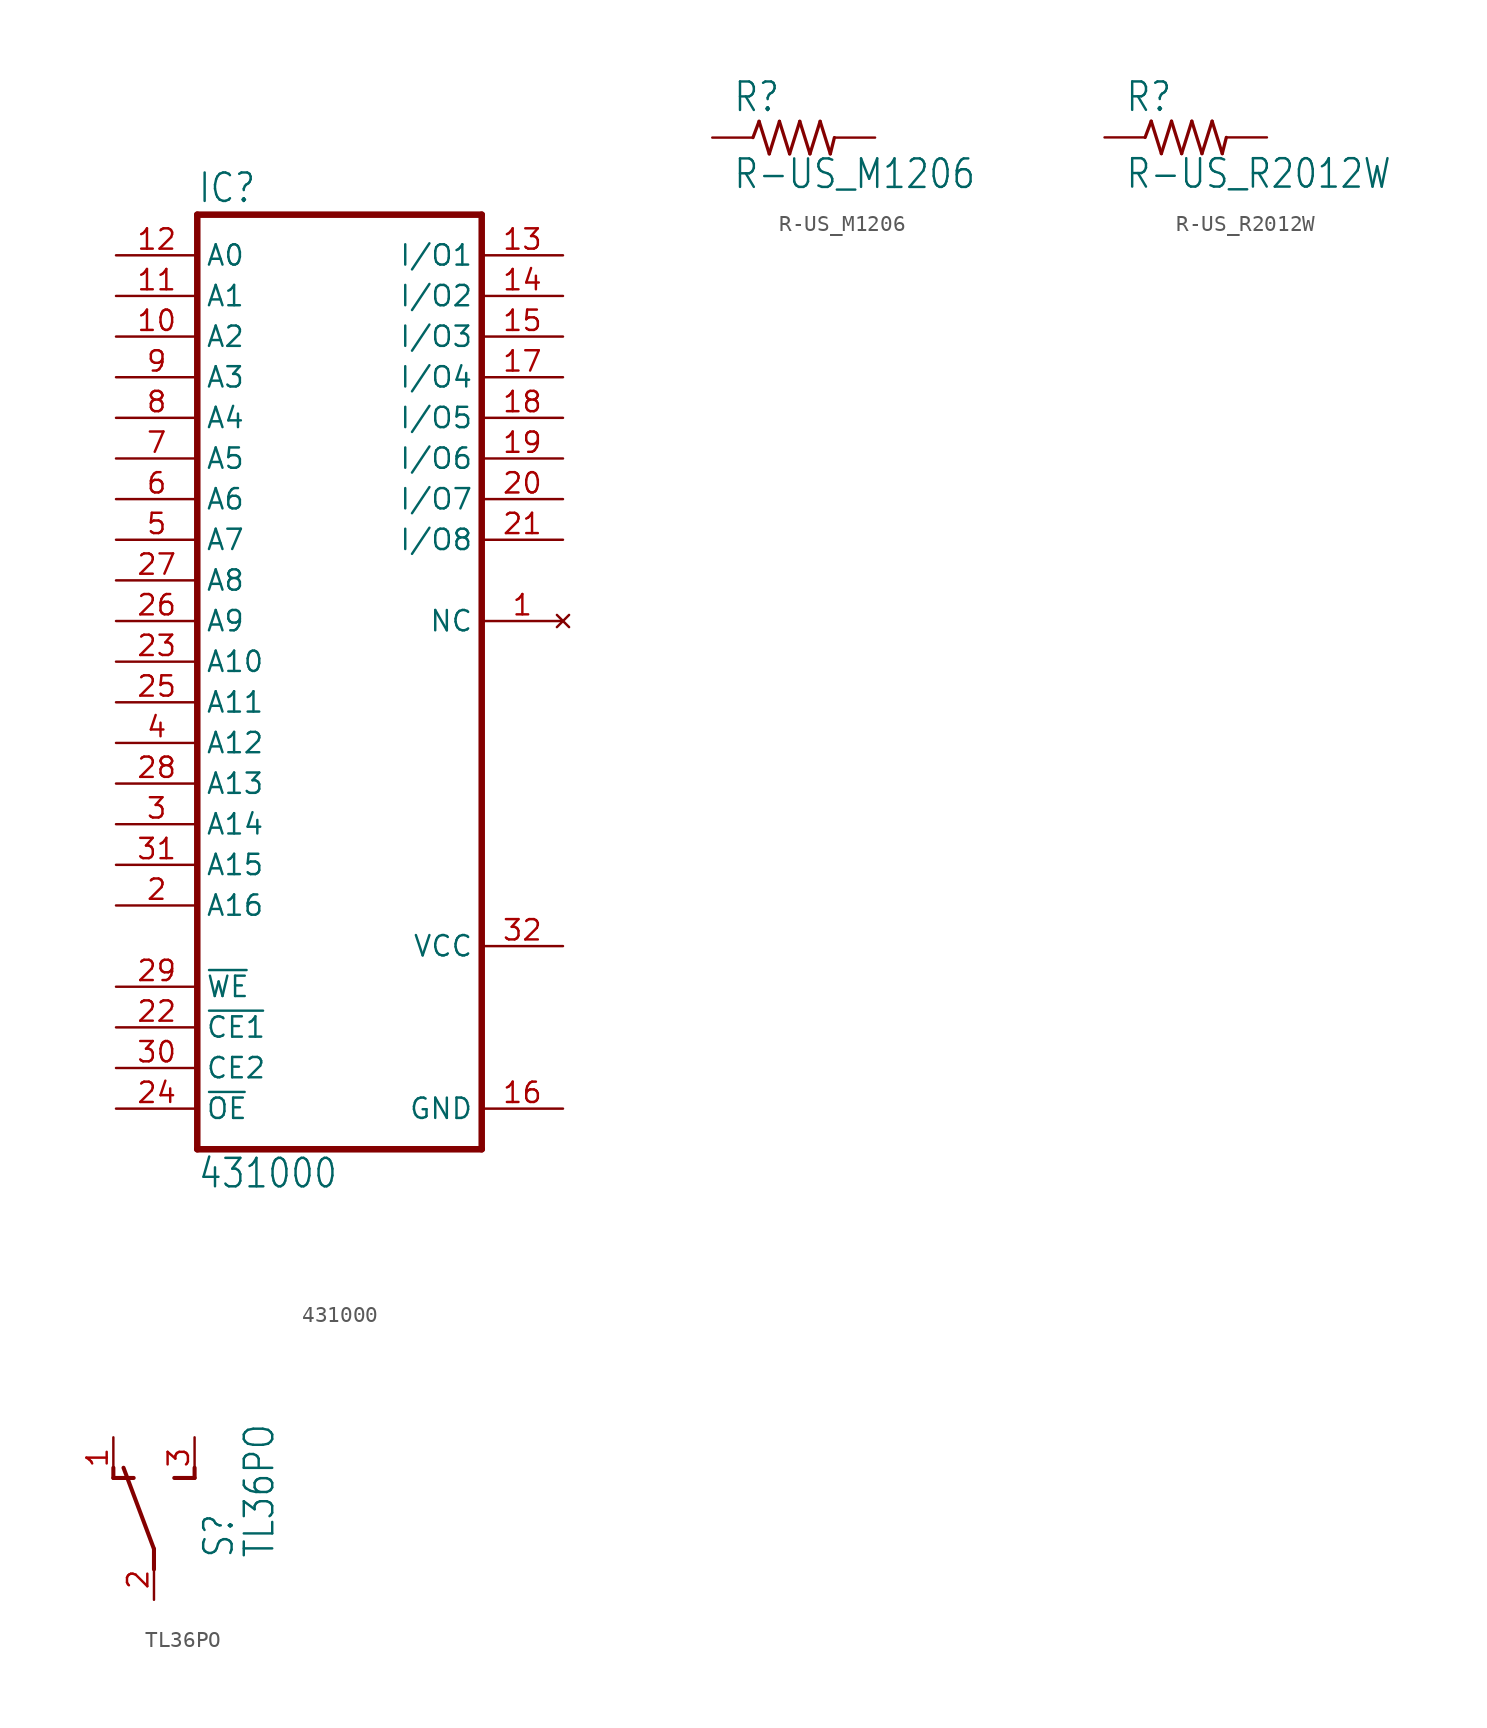
<source format=kicad_sym>
(kicad_symbol_lib
  (version 20211014)
  (generator kicad_symbol_editor)
  (symbol "431000"
    (property "Reference" "IC"
      (at -7.62 20.955 0)
      (effects (font (size 1.778 1.511)) (justify left bottom)))
    (property "Value" "431000"
      (at -7.62 -40.64 0)
      (effects (font (size 1.778 1.511)) (justify left bottom)))
    (property "ki_locked" ""
      (at 0 0 0)
      (effects (font (size 1.27 1.27))))
    (symbol "431000_1_0"
      (polyline (pts (xy -7.62 -38.1) (xy -7.62 20.32)) (stroke (width 0.406) (type default) (color 0 0 0 0)) (fill (type none)))
      (polyline (pts (xy -7.62 -38.1) (xy 10.16 -38.1)) (stroke (width 0.406) (type default) (color 0 0 0 0)) (fill (type none)))
      (polyline (pts (xy 10.16 20.32) (xy -7.62 20.32)) (stroke (width 0.406) (type default) (color 0 0 0 0)) (fill (type none)))
      (polyline (pts (xy 10.16 20.32) (xy 10.16 -38.1)) (stroke (width 0.406) (type default) (color 0 0 0 0)) (fill (type none)))
      (pin no_connect line (at 15.24 -5.08 180) (length 5.08) (name "NC" (effects (font (size 1.27 1.27)))) (number "1" (effects (font (size 1.27 1.27)))))
      (pin input line (at -12.7 12.7 0) (length 5.08) (name "A2" (effects (font (size 1.27 1.27)))) (number "10" (effects (font (size 1.27 1.27)))))
      (pin input line (at -12.7 15.24 0) (length 5.08) (name "A1" (effects (font (size 1.27 1.27)))) (number "11" (effects (font (size 1.27 1.27)))))
      (pin input line (at -12.7 17.78 0) (length 5.08) (name "A0" (effects (font (size 1.27 1.27)))) (number "12" (effects (font (size 1.27 1.27)))))
      (pin bidirectional line (at 15.24 17.78 180) (length 5.08) (name "I/O1" (effects (font (size 1.27 1.27)))) (number "13" (effects (font (size 1.27 1.27)))))
      (pin bidirectional line (at 15.24 15.24 180) (length 5.08) (name "I/O2" (effects (font (size 1.27 1.27)))) (number "14" (effects (font (size 1.27 1.27)))))
      (pin bidirectional line (at 15.24 12.7 180) (length 5.08) (name "I/O3" (effects (font (size 1.27 1.27)))) (number "15" (effects (font (size 1.27 1.27)))))
      (pin power_in line (at 15.24 -35.56 180) (length 5.08) (name "GND" (effects (font (size 1.27 1.27)))) (number "16" (effects (font (size 1.27 1.27)))))
      (pin bidirectional line (at 15.24 10.16 180) (length 5.08) (name "I/O4" (effects (font (size 1.27 1.27)))) (number "17" (effects (font (size 1.27 1.27)))))
      (pin bidirectional line (at 15.24 7.62 180) (length 5.08) (name "I/O5" (effects (font (size 1.27 1.27)))) (number "18" (effects (font (size 1.27 1.27)))))
      (pin bidirectional line (at 15.24 5.08 180) (length 5.08) (name "I/O6" (effects (font (size 1.27 1.27)))) (number "19" (effects (font (size 1.27 1.27)))))
      (pin input line (at -12.7 -22.86 0) (length 5.08) (name "A16" (effects (font (size 1.27 1.27)))) (number "2" (effects (font (size 1.27 1.27)))))
      (pin bidirectional line (at 15.24 2.54 180) (length 5.08) (name "I/O7" (effects (font (size 1.27 1.27)))) (number "20" (effects (font (size 1.27 1.27)))))
      (pin bidirectional line (at 15.24 0 180) (length 5.08) (name "I/O8" (effects (font (size 1.27 1.27)))) (number "21" (effects (font (size 1.27 1.27)))))
      (pin input line (at -12.7 -30.48 0) (length 5.08) (name "~{CE1}" (effects (font (size 1.27 1.27)))) (number "22" (effects (font (size 1.27 1.27)))))
      (pin input line (at -12.7 -7.62 0) (length 5.08) (name "A10" (effects (font (size 1.27 1.27)))) (number "23" (effects (font (size 1.27 1.27)))))
      (pin input line (at -12.7 -35.56 0) (length 5.08) (name "~{OE}" (effects (font (size 1.27 1.27)))) (number "24" (effects (font (size 1.27 1.27)))))
      (pin input line (at -12.7 -10.16 0) (length 5.08) (name "A11" (effects (font (size 1.27 1.27)))) (number "25" (effects (font (size 1.27 1.27)))))
      (pin input line (at -12.7 -5.08 0) (length 5.08) (name "A9" (effects (font (size 1.27 1.27)))) (number "26" (effects (font (size 1.27 1.27)))))
      (pin input line (at -12.7 -2.54 0) (length 5.08) (name "A8" (effects (font (size 1.27 1.27)))) (number "27" (effects (font (size 1.27 1.27)))))
      (pin input line (at -12.7 -15.24 0) (length 5.08) (name "A13" (effects (font (size 1.27 1.27)))) (number "28" (effects (font (size 1.27 1.27)))))
      (pin input line (at -12.7 -27.94 0) (length 5.08) (name "~{WE}" (effects (font (size 1.27 1.27)))) (number "29" (effects (font (size 1.27 1.27)))))
      (pin input line (at -12.7 -17.78 0) (length 5.08) (name "A14" (effects (font (size 1.27 1.27)))) (number "3" (effects (font (size 1.27 1.27)))))
      (pin input line (at -12.7 -33.02 0) (length 5.08) (name "CE2" (effects (font (size 1.27 1.27)))) (number "30" (effects (font (size 1.27 1.27)))))
      (pin input line (at -12.7 -20.32 0) (length 5.08) (name "A15" (effects (font (size 1.27 1.27)))) (number "31" (effects (font (size 1.27 1.27)))))
      (pin power_in line (at 15.24 -25.4 180) (length 5.08) (name "VCC" (effects (font (size 1.27 1.27)))) (number "32" (effects (font (size 1.27 1.27)))))
      (pin input line (at -12.7 -12.7 0) (length 5.08) (name "A12" (effects (font (size 1.27 1.27)))) (number "4" (effects (font (size 1.27 1.27)))))
      (pin input line (at -12.7 0 0) (length 5.08) (name "A7" (effects (font (size 1.27 1.27)))) (number "5" (effects (font (size 1.27 1.27)))))
      (pin input line (at -12.7 2.54 0) (length 5.08) (name "A6" (effects (font (size 1.27 1.27)))) (number "6" (effects (font (size 1.27 1.27)))))
      (pin input line (at -12.7 5.08 0) (length 5.08) (name "A5" (effects (font (size 1.27 1.27)))) (number "7" (effects (font (size 1.27 1.27)))))
      (pin input line (at -12.7 7.62 0) (length 5.08) (name "A4" (effects (font (size 1.27 1.27)))) (number "8" (effects (font (size 1.27 1.27)))))
      (pin input line (at -12.7 10.16 0) (length 5.08) (name "A3" (effects (font (size 1.27 1.27)))) (number "9" (effects (font (size 1.27 1.27)))))))
  (symbol "R-US_M1206"
    (property "Reference" "R"
      (at -3.81 1.499 0)
      (effects (font (size 1.778 1.511)) (justify left bottom)))
    (property "Value" "R-US_M1206"
      (at -3.81 -3.302 0)
      (effects (font (size 1.778 1.511)) (justify left bottom)))
    (property "ki_locked" ""
      (at 0 0 0)
      (effects (font (size 1.27 1.27))))
    (symbol "R-US_M1206_1_0"
      (polyline (pts (xy -2.54 0) (xy -2.159 1.016)) (stroke (width 0.203) (type default) (color 0 0 0 0)) (fill (type none)))
      (polyline (pts (xy -2.159 1.016) (xy -1.524 -1.016)) (stroke (width 0.203) (type default) (color 0 0 0 0)) (fill (type none)))
      (polyline (pts (xy -1.524 -1.016) (xy -0.889 1.016)) (stroke (width 0.203) (type default) (color 0 0 0 0)) (fill (type none)))
      (polyline (pts (xy -0.889 1.016) (xy -0.254 -1.016)) (stroke (width 0.203) (type default) (color 0 0 0 0)) (fill (type none)))
      (polyline (pts (xy -0.254 -1.016) (xy 0.381 1.016)) (stroke (width 0.203) (type default) (color 0 0 0 0)) (fill (type none)))
      (polyline (pts (xy 0.381 1.016) (xy 1.016 -1.016)) (stroke (width 0.203) (type default) (color 0 0 0 0)) (fill (type none)))
      (polyline (pts (xy 1.016 -1.016) (xy 1.651 1.016)) (stroke (width 0.203) (type default) (color 0 0 0 0)) (fill (type none)))
      (polyline (pts (xy 1.651 1.016) (xy 2.286 -1.016)) (stroke (width 0.203) (type default) (color 0 0 0 0)) (fill (type none)))
      (polyline (pts (xy 2.286 -1.016) (xy 2.54 0)) (stroke (width 0.203) (type default) (color 0 0 0 0)) (fill (type none)))
      (pin passive line (at -5.08 0 0) (length 2.54) (name "1" (effects (font (size 0 0)))) (number "1" (effects (font (size 0 0)))))
      (pin passive line (at 5.08 0 180) (length 2.54) (name "2" (effects (font (size 0 0)))) (number "2" (effects (font (size 0 0)))))))
  (symbol "R-US_R2012W"
    (property "Reference" "R"
      (at -3.81 1.499 0)
      (effects (font (size 1.778 1.511)) (justify left bottom)))
    (property "Value" "R-US_R2012W"
      (at -3.81 -3.302 0)
      (effects (font (size 1.778 1.511)) (justify left bottom)))
    (property "ki_locked" ""
      (at 0 0 0)
      (effects (font (size 1.27 1.27))))
    (symbol "R-US_R2012W_1_0"
      (polyline (pts (xy -2.54 0) (xy -2.159 1.016)) (stroke (width 0.203) (type default) (color 0 0 0 0)) (fill (type none)))
      (polyline (pts (xy -2.159 1.016) (xy -1.524 -1.016)) (stroke (width 0.203) (type default) (color 0 0 0 0)) (fill (type none)))
      (polyline (pts (xy -1.524 -1.016) (xy -0.889 1.016)) (stroke (width 0.203) (type default) (color 0 0 0 0)) (fill (type none)))
      (polyline (pts (xy -0.889 1.016) (xy -0.254 -1.016)) (stroke (width 0.203) (type default) (color 0 0 0 0)) (fill (type none)))
      (polyline (pts (xy -0.254 -1.016) (xy 0.381 1.016)) (stroke (width 0.203) (type default) (color 0 0 0 0)) (fill (type none)))
      (polyline (pts (xy 0.381 1.016) (xy 1.016 -1.016)) (stroke (width 0.203) (type default) (color 0 0 0 0)) (fill (type none)))
      (polyline (pts (xy 1.016 -1.016) (xy 1.651 1.016)) (stroke (width 0.203) (type default) (color 0 0 0 0)) (fill (type none)))
      (polyline (pts (xy 1.651 1.016) (xy 2.286 -1.016)) (stroke (width 0.203) (type default) (color 0 0 0 0)) (fill (type none)))
      (polyline (pts (xy 2.286 -1.016) (xy 2.54 0)) (stroke (width 0.203) (type default) (color 0 0 0 0)) (fill (type none)))
      (pin passive line (at -5.08 0 0) (length 2.54) (name "1" (effects (font (size 0 0)))) (number "1" (effects (font (size 0 0)))))
      (pin passive line (at 5.08 0 180) (length 2.54) (name "2" (effects (font (size 0 0)))) (number "2" (effects (font (size 0 0)))))))
  (symbol "TL36PO"
    (property "Reference" "S"
      (at 5.08 -2.54 90)
      (effects (font (size 1.778 1.511)) (justify left bottom)))
    (property "Value" "TL36PO"
      (at 7.62 -2.54 90)
      (effects (font (size 1.778 1.511)) (justify left bottom)))
    (property "ki_locked" ""
      (at 0 0 0)
      (effects (font (size 1.27 1.27))))
    (symbol "TL36PO_1_0"
      (polyline (pts (xy -2.54 2.54) (xy -2.54 3.175)) (stroke (width 0.254) (type default) (color 0 0 0 0)) (fill (type none)))
      (polyline (pts (xy -2.54 2.54) (xy -1.27 2.54)) (stroke (width 0.254) (type default) (color 0 0 0 0)) (fill (type none)))
      (polyline (pts (xy 0 -3.175) (xy 0 -1.905)) (stroke (width 0.254) (type default) (color 0 0 0 0)) (fill (type none)))
      (polyline (pts (xy 0 -1.905) (xy -1.905 3.175)) (stroke (width 0.254) (type default) (color 0 0 0 0)) (fill (type none)))
      (polyline (pts (xy 1.27 2.54) (xy 2.54 2.54)) (stroke (width 0.254) (type default) (color 0 0 0 0)) (fill (type none)))
      (polyline (pts (xy 2.54 2.54) (xy 2.54 3.175)) (stroke (width 0.254) (type default) (color 0 0 0 0)) (fill (type none)))
      (pin passive line (at -2.54 5.08 270) (length 2.54) (name "O" (effects (font (size 0 0)))) (number "1" (effects (font (size 1.27 1.27)))))
      (pin passive line (at 0 -5.08 90) (length 2.54) (name "P" (effects (font (size 0 0)))) (number "2" (effects (font (size 1.27 1.27)))))
      (pin passive line (at 2.54 5.08 270) (length 2.54) (name "S" (effects (font (size 0 0)))) (number "3" (effects (font (size 1.27 1.27))))))))
</source>
